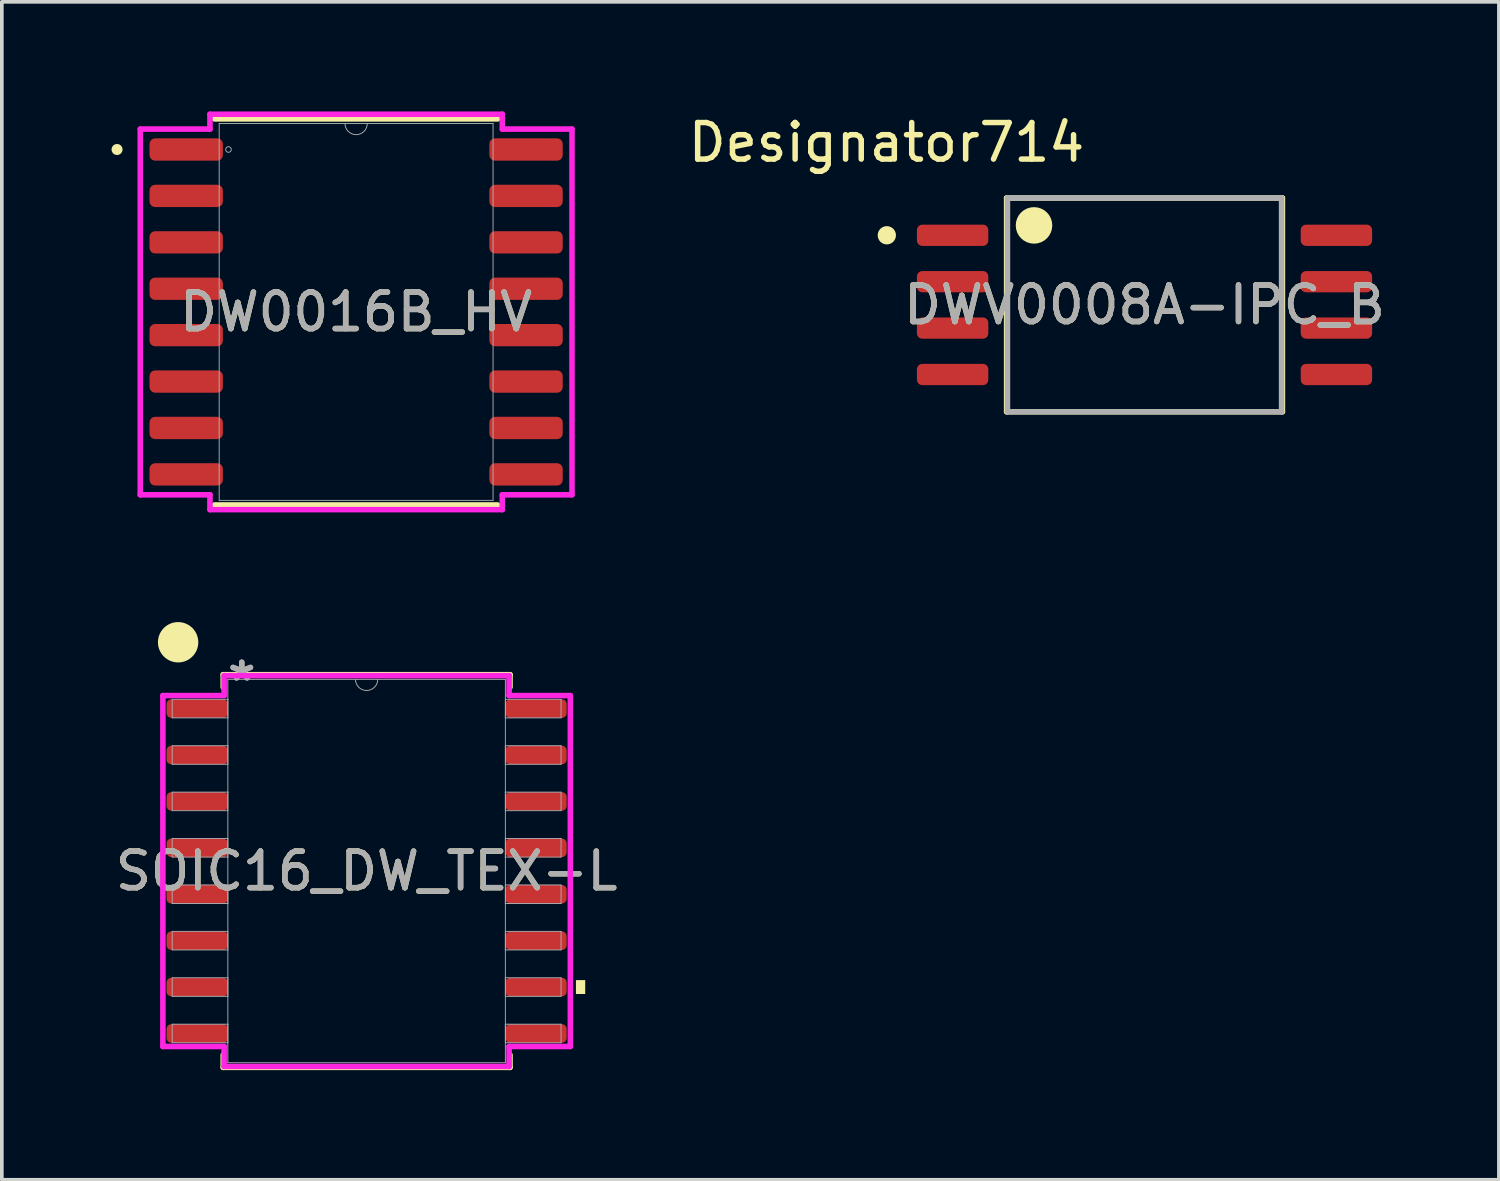
<source format=kicad_pcb>
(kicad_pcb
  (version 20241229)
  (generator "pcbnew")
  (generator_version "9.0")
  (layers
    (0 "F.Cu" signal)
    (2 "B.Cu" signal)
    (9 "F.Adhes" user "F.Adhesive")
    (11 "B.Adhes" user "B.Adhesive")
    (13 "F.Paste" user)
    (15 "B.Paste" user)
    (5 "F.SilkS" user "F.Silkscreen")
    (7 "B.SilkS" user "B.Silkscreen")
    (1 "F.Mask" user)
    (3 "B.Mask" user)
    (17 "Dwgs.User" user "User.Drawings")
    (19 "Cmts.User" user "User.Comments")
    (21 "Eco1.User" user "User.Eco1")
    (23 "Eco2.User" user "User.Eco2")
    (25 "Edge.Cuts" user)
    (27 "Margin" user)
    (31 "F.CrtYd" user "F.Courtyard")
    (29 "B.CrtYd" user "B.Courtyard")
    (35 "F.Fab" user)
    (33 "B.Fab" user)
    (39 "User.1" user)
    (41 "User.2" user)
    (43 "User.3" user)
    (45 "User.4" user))
  (footprint "DW0016B_HV"
    (layer "F.Cu")
    (at 6.695 5.486)
    (property "Reference" "DW0016B_HV" (at 0 0 0) (unlocked yes) (layer "F.SilkS") (effects (font (size 1 1) (thickness 0.15))))
    (attr smd)
    (fp_line (start -3.873 5.283) (end 3.873 5.283) (stroke (width 0.152) (type solid)) (layer "F.SilkS"))
    (fp_line (start 3.873 -5.283) (end -3.873 -5.283) (stroke (width 0.152) (type solid)) (layer "F.SilkS"))
    (fp_circle (center -6.542 -4.445) (end -6.466 -4.445) (stroke (width 0.152) (type solid)) (fill no) (layer "F.SilkS"))
    (fp_line (start -5.907 -5.004) (end -4 -5.004) (stroke (width 0.152) (type solid)) (layer "F.CrtYd"))
    (fp_line (start -5.907 5.004) (end -5.907 -5.004) (stroke (width 0.152) (type solid)) (layer "F.CrtYd"))
    (fp_line (start -5.907 5.004) (end -4 5.004) (stroke (width 0.152) (type solid)) (layer "F.CrtYd"))
    (fp_line (start -4 -5.41) (end 4 -5.41) (stroke (width 0.152) (type solid)) (layer "F.CrtYd"))
    (fp_line (start -4 -5.004) (end -4 -5.41) (stroke (width 0.152) (type solid)) (layer "F.CrtYd"))
    (fp_line (start -4 5.41) (end -4 5.004) (stroke (width 0.152) (type solid)) (layer "F.CrtYd"))
    (fp_line (start 4 -5.41) (end 4 -5.004) (stroke (width 0.152) (type solid)) (layer "F.CrtYd"))
    (fp_line (start 4 5.004) (end 4 5.41) (stroke (width 0.152) (type solid)) (layer "F.CrtYd"))
    (fp_line (start 4 5.41) (end -4 5.41) (stroke (width 0.152) (type solid)) (layer "F.CrtYd"))
    (fp_line (start 5.907 -5.004) (end 4 -5.004) (stroke (width 0.152) (type solid)) (layer "F.CrtYd"))
    (fp_line (start 5.907 -5.004) (end 5.907 5.004) (stroke (width 0.152) (type solid)) (layer "F.CrtYd"))
    (fp_line (start 5.907 5.004) (end 4 5.004) (stroke (width 0.152) (type solid)) (layer "F.CrtYd"))
    (fp_line (start -3.747 -5.156) (end -3.747 5.156) (stroke (width 0.025) (type solid)) (layer "F.Fab"))
    (fp_line (start -3.747 5.156) (end 3.747 5.156) (stroke (width 0.025) (type solid)) (layer "F.Fab"))
    (fp_line (start 3.747 -5.156) (end -3.747 -5.156) (stroke (width 0.025) (type solid)) (layer "F.Fab"))
    (fp_line (start 3.747 5.156) (end 3.747 -5.156) (stroke (width 0.025) (type solid)) (layer "F.Fab"))
    (fp_arc (start 0.3048 -5.1562) (mid 0 -4.8514) (end -0.3048 -5.1562) (stroke (width 0.0254) (type solid)) (layer "F.Fab"))
    (fp_circle (center -3.493 -4.445) (end -3.416 -4.445) (stroke (width 0.025) (type solid)) (fill no) (layer "F.Fab"))
    (fp_text user "${REFERENCE}" (at 0 0 0) (unlocked yes) (layer "F.Fab") (effects (font (size 1 1) (thickness 0.15))))
    (pad "1" smd roundrect (at -4.65 -4.445) (size 2.007 0.61) (layers "F.Cu" "F.Mask" "F.Paste") (roundrect_rratio 0.25))
    (pad "2" smd roundrect (at -4.65 -3.175) (size 2.007 0.61) (layers "F.Cu" "F.Mask" "F.Paste") (roundrect_rratio 0.25))
    (pad "3" smd roundrect (at -4.65 -1.905) (size 2.007 0.61) (layers "F.Cu" "F.Mask" "F.Paste") (roundrect_rratio 0.25))
    (pad "4" smd roundrect (at -4.65 -0.635) (size 2.007 0.61) (layers "F.Cu" "F.Mask" "F.Paste") (roundrect_rratio 0.25))
    (pad "5" smd roundrect (at -4.65 0.635) (size 2.007 0.61) (layers "F.Cu" "F.Mask" "F.Paste") (roundrect_rratio 0.25))
    (pad "6" smd roundrect (at -4.65 1.905) (size 2.007 0.61) (layers "F.Cu" "F.Mask" "F.Paste") (roundrect_rratio 0.25))
    (pad "7" smd roundrect (at -4.65 3.175) (size 2.007 0.61) (layers "F.Cu" "F.Mask" "F.Paste") (roundrect_rratio 0.25))
    (pad "8" smd roundrect (at -4.65 4.445) (size 2.007 0.61) (layers "F.Cu" "F.Mask" "F.Paste") (roundrect_rratio 0.25))
    (pad "9" smd roundrect (at 4.65 4.445) (size 2.007 0.61) (layers "F.Cu" "F.Mask" "F.Paste") (roundrect_rratio 0.25))
    (pad "10" smd roundrect (at 4.65 3.175) (size 2.007 0.61) (layers "F.Cu" "F.Mask" "F.Paste") (roundrect_rratio 0.25))
    (pad "11" smd roundrect (at 4.65 1.905) (size 2.007 0.61) (layers "F.Cu" "F.Mask" "F.Paste") (roundrect_rratio 0.25))
    (pad "12" smd roundrect (at 4.65 0.635) (size 2.007 0.61) (layers "F.Cu" "F.Mask" "F.Paste") (roundrect_rratio 0.25))
    (pad "13" smd roundrect (at 4.65 -0.635) (size 2.007 0.61) (layers "F.Cu" "F.Mask" "F.Paste") (roundrect_rratio 0.25))
    (pad "14" smd roundrect (at 4.65 -1.905) (size 2.007 0.61) (layers "F.Cu" "F.Mask" "F.Paste") (roundrect_rratio 0.25))
    (pad "15" smd roundrect (at 4.65 -3.175) (size 2.007 0.61) (layers "F.Cu" "F.Mask" "F.Paste") (roundrect_rratio 0.25))
    (pad "16" smd roundrect (at 4.65 -4.445) (size 2.007 0.61) (layers "F.Cu" "F.Mask" "F.Paste") (roundrect_rratio 0.25)))
  (footprint "DWV0008A-IPC_B"
    (layer "F.Cu")
    (at 28.269 5.293)
    (property "Reference" "DWV0008A-IPC_B" (at 0 0 0) (unlocked yes) (layer "F.SilkS") (effects (font (size 1 1) (thickness 0.15))))
    (attr smd)
    (fp_line (start -3.774 -2.925) (end 3.774 -2.925) (stroke (width 0.15) (type solid)) (layer "F.SilkS"))
    (fp_line (start -3.774 2.925) (end -3.774 -2.925) (stroke (width 0.15) (type solid)) (layer "F.SilkS"))
    (fp_line (start -3.774 2.925) (end 3.774 2.925) (stroke (width 0.15) (type solid)) (layer "F.SilkS"))
    (fp_line (start 3.774 2.925) (end 3.774 -2.925) (stroke (width 0.15) (type solid)) (layer "F.SilkS"))
    (fp_circle (center -7.052 -1.905) (end -6.927 -1.905) (stroke (width 0.25) (type solid)) (fill no) (layer "F.SilkS"))
    (fp_circle (center -3.024 -2.175) (end -2.774 -2.175) (stroke (width 0.5) (type solid)) (fill no) (layer "F.SilkS"))
    (fp_line (start -3.75 -2.925) (end 3.75 -2.925) (stroke (width 0.15) (type solid)) (layer "F.Fab"))
    (fp_line (start -3.75 2.925) (end -3.75 -2.925) (stroke (width 0.15) (type solid)) (layer "F.Fab"))
    (fp_line (start -3.75 2.925) (end 3.75 2.925) (stroke (width 0.15) (type solid)) (layer "F.Fab"))
    (fp_line (start 3.75 2.925) (end 3.75 -2.925) (stroke (width 0.15) (type solid)) (layer "F.Fab"))
    (fp_text user "Designator714" (at -7.061 -4.445 0) (unlocked yes) (layer "F.SilkS") (effects (font (size 1 1) (thickness 0.15))))
    (fp_text user "${REFERENCE}" (at 0 0 0) (unlocked yes) (layer "F.Fab") (effects (font (size 1 1) (thickness 0.15))))
    (pad "1" smd roundrect (at -5.251 -1.905) (size 1.954 0.582) (layers "F.Cu" "F.Mask" "F.Paste") (roundrect_rratio 0.25))
    (pad "2" smd roundrect (at -5.251 -0.635) (size 1.954 0.582) (layers "F.Cu" "F.Mask" "F.Paste") (roundrect_rratio 0.25))
    (pad "3" smd roundrect (at -5.251 0.635) (size 1.954 0.582) (layers "F.Cu" "F.Mask" "F.Paste") (roundrect_rratio 0.25))
    (pad "4" smd roundrect (at -5.251 1.905) (size 1.954 0.582) (layers "F.Cu" "F.Mask" "F.Paste") (roundrect_rratio 0.25))
    (pad "5" smd roundrect (at 5.251 1.905) (size 1.954 0.582) (layers "F.Cu" "F.Mask" "F.Paste") (roundrect_rratio 0.25))
    (pad "6" smd roundrect (at 5.251 0.635) (size 1.954 0.582) (layers "F.Cu" "F.Mask" "F.Paste") (roundrect_rratio 0.25))
    (pad "7" smd roundrect (at 5.251 -0.635) (size 1.954 0.582) (layers "F.Cu" "F.Mask" "F.Paste") (roundrect_rratio 0.25))
    (pad "8" smd roundrect (at 5.251 -1.905) (size 1.954 0.582) (layers "F.Cu" "F.Mask" "F.Paste") (roundrect_rratio 0.25)))
  (footprint "SOIC16_DW_TEX-L"
    (layer "F.Cu")
    (at 6.982 20.785)
    (property "Reference" "SOIC16_DW_TEX-L" (at 0 0 0) (unlocked yes) (layer "F.SilkS") (effects (font (size 1 1) (thickness 0.15))))
    (attr smd)
    (fp_line (start -3.924 -5.372) (end -3.924 -5.032) (stroke (width 0.152) (type solid)) (layer "F.SilkS"))
    (fp_line (start -3.924 5.032) (end -3.924 5.372) (stroke (width 0.152) (type solid)) (layer "F.SilkS"))
    (fp_line (start -3.924 5.372) (end 3.924 5.372) (stroke (width 0.152) (type solid)) (layer "F.SilkS"))
    (fp_line (start 3.924 -5.372) (end -3.924 -5.372) (stroke (width 0.152) (type solid)) (layer "F.SilkS"))
    (fp_line (start 3.924 -5.032) (end 3.924 -5.372) (stroke (width 0.152) (type solid)) (layer "F.SilkS"))
    (fp_line (start 3.924 5.372) (end 3.924 5.032) (stroke (width 0.152) (type solid)) (layer "F.SilkS"))
    (fp_circle (center -5.158 -6.26) (end -4.748 -6.55) (stroke (width 0.1) (type solid)) (fill yes) (layer "F.SilkS"))
    (fp_poly (pts (xy 5.982 2.985) (xy 5.982 3.365) (xy 5.728 3.365) (xy 5.728 2.985)) (stroke (width 0) (type solid)) (fill yes) (layer "F.SilkS"))
    (fp_line (start -5.575 -4.801) (end -3.899 -4.801) (stroke (width 0.152) (type solid)) (layer "F.CrtYd"))
    (fp_line (start -5.575 4.801) (end -5.575 -4.801) (stroke (width 0.152) (type solid)) (layer "F.CrtYd"))
    (fp_line (start -5.575 4.801) (end -3.899 4.801) (stroke (width 0.152) (type solid)) (layer "F.CrtYd"))
    (fp_line (start -3.899 -5.347) (end 3.899 -5.347) (stroke (width 0.152) (type solid)) (layer "F.CrtYd"))
    (fp_line (start -3.899 -4.801) (end -3.899 -5.347) (stroke (width 0.152) (type solid)) (layer "F.CrtYd"))
    (fp_line (start -3.899 5.347) (end -3.899 4.801) (stroke (width 0.152) (type solid)) (layer "F.CrtYd"))
    (fp_line (start 3.899 -5.347) (end 3.899 -4.801) (stroke (width 0.152) (type solid)) (layer "F.CrtYd"))
    (fp_line (start 3.899 4.801) (end 3.899 5.347) (stroke (width 0.152) (type solid)) (layer "F.CrtYd"))
    (fp_line (start 3.899 5.347) (end -3.899 5.347) (stroke (width 0.152) (type solid)) (layer "F.CrtYd"))
    (fp_line (start 5.575 -4.801) (end 3.899 -4.801) (stroke (width 0.152) (type solid)) (layer "F.CrtYd"))
    (fp_line (start 5.575 -4.801) (end 5.575 4.801) (stroke (width 0.152) (type solid)) (layer "F.CrtYd"))
    (fp_line (start 5.575 4.801) (end 3.899 4.801) (stroke (width 0.152) (type solid)) (layer "F.CrtYd"))
    (fp_line (start -5.321 -4.699) (end -5.321 -4.191) (stroke (width 0.025) (type solid)) (layer "F.Fab"))
    (fp_line (start -5.321 -4.191) (end -3.797 -4.191) (stroke (width 0.025) (type solid)) (layer "F.Fab"))
    (fp_line (start -5.321 -3.429) (end -5.321 -2.921) (stroke (width 0.025) (type solid)) (layer "F.Fab"))
    (fp_line (start -5.321 -2.921) (end -3.797 -2.921) (stroke (width 0.025) (type solid)) (layer "F.Fab"))
    (fp_line (start -5.321 -2.159) (end -5.321 -1.651) (stroke (width 0.025) (type solid)) (layer "F.Fab"))
    (fp_line (start -5.321 -1.651) (end -3.797 -1.651) (stroke (width 0.025) (type solid)) (layer "F.Fab"))
    (fp_line (start -5.321 -0.889) (end -5.321 -0.381) (stroke (width 0.025) (type solid)) (layer "F.Fab"))
    (fp_line (start -5.321 -0.381) (end -3.797 -0.381) (stroke (width 0.025) (type solid)) (layer "F.Fab"))
    (fp_line (start -5.321 0.381) (end -5.321 0.889) (stroke (width 0.025) (type solid)) (layer "F.Fab"))
    (fp_line (start -5.321 0.889) (end -3.797 0.889) (stroke (width 0.025) (type solid)) (layer "F.Fab"))
    (fp_line (start -5.321 1.651) (end -5.321 2.159) (stroke (width 0.025) (type solid)) (layer "F.Fab"))
    (fp_line (start -5.321 2.159) (end -3.797 2.159) (stroke (width 0.025) (type solid)) (layer "F.Fab"))
    (fp_line (start -5.321 2.921) (end -5.321 3.429) (stroke (width 0.025) (type solid)) (layer "F.Fab"))
    (fp_line (start -5.321 3.429) (end -3.797 3.429) (stroke (width 0.025) (type solid)) (layer "F.Fab"))
    (fp_line (start -5.321 4.191) (end -5.321 4.699) (stroke (width 0.025) (type solid)) (layer "F.Fab"))
    (fp_line (start -5.321 4.699) (end -3.797 4.699) (stroke (width 0.025) (type solid)) (layer "F.Fab"))
    (fp_line (start -3.797 -5.245) (end -3.797 5.245) (stroke (width 0.025) (type solid)) (layer "F.Fab"))
    (fp_line (start -3.797 -4.699) (end -5.321 -4.699) (stroke (width 0.025) (type solid)) (layer "F.Fab"))
    (fp_line (start -3.797 -4.191) (end -3.797 -4.699) (stroke (width 0.025) (type solid)) (layer "F.Fab"))
    (fp_line (start -3.797 -3.429) (end -5.321 -3.429) (stroke (width 0.025) (type solid)) (layer "F.Fab"))
    (fp_line (start -3.797 -2.921) (end -3.797 -3.429) (stroke (width 0.025) (type solid)) (layer "F.Fab"))
    (fp_line (start -3.797 -2.159) (end -5.321 -2.159) (stroke (width 0.025) (type solid)) (layer "F.Fab"))
    (fp_line (start -3.797 -1.651) (end -3.797 -2.159) (stroke (width 0.025) (type solid)) (layer "F.Fab"))
    (fp_line (start -3.797 -0.889) (end -5.321 -0.889) (stroke (width 0.025) (type solid)) (layer "F.Fab"))
    (fp_line (start -3.797 -0.381) (end -3.797 -0.889) (stroke (width 0.025) (type solid)) (layer "F.Fab"))
    (fp_line (start -3.797 0.381) (end -5.321 0.381) (stroke (width 0.025) (type solid)) (layer "F.Fab"))
    (fp_line (start -3.797 0.889) (end -3.797 0.381) (stroke (width 0.025) (type solid)) (layer "F.Fab"))
    (fp_line (start -3.797 1.651) (end -5.321 1.651) (stroke (width 0.025) (type solid)) (layer "F.Fab"))
    (fp_line (start -3.797 2.159) (end -3.797 1.651) (stroke (width 0.025) (type solid)) (layer "F.Fab"))
    (fp_line (start -3.797 2.921) (end -5.321 2.921) (stroke (width 0.025) (type solid)) (layer "F.Fab"))
    (fp_line (start -3.797 3.429) (end -3.797 2.921) (stroke (width 0.025) (type solid)) (layer "F.Fab"))
    (fp_line (start -3.797 4.191) (end -5.321 4.191) (stroke (width 0.025) (type solid)) (layer "F.Fab"))
    (fp_line (start -3.797 4.699) (end -3.797 4.191) (stroke (width 0.025) (type solid)) (layer "F.Fab"))
    (fp_line (start -3.797 5.245) (end 3.797 5.245) (stroke (width 0.025) (type solid)) (layer "F.Fab"))
    (fp_line (start 3.797 -5.245) (end -3.797 -5.245) (stroke (width 0.025) (type solid)) (layer "F.Fab"))
    (fp_line (start 3.797 -4.699) (end 3.797 -4.191) (stroke (width 0.025) (type solid)) (layer "F.Fab"))
    (fp_line (start 3.797 -4.191) (end 5.321 -4.191) (stroke (width 0.025) (type solid)) (layer "F.Fab"))
    (fp_line (start 3.797 -3.429) (end 3.797 -2.921) (stroke (width 0.025) (type solid)) (layer "F.Fab"))
    (fp_line (start 3.797 -2.921) (end 5.321 -2.921) (stroke (width 0.025) (type solid)) (layer "F.Fab"))
    (fp_line (start 3.797 -2.159) (end 3.797 -1.651) (stroke (width 0.025) (type solid)) (layer "F.Fab"))
    (fp_line (start 3.797 -1.651) (end 5.321 -1.651) (stroke (width 0.025) (type solid)) (layer "F.Fab"))
    (fp_line (start 3.797 -0.889) (end 3.797 -0.381) (stroke (width 0.025) (type solid)) (layer "F.Fab"))
    (fp_line (start 3.797 -0.381) (end 5.321 -0.381) (stroke (width 0.025) (type solid)) (layer "F.Fab"))
    (fp_line (start 3.797 0.381) (end 3.797 0.889) (stroke (width 0.025) (type solid)) (layer "F.Fab"))
    (fp_line (start 3.797 0.889) (end 5.321 0.889) (stroke (width 0.025) (type solid)) (layer "F.Fab"))
    (fp_line (start 3.797 1.651) (end 3.797 2.159) (stroke (width 0.025) (type solid)) (layer "F.Fab"))
    (fp_line (start 3.797 2.159) (end 5.321 2.159) (stroke (width 0.025) (type solid)) (layer "F.Fab"))
    (fp_line (start 3.797 2.921) (end 3.797 3.429) (stroke (width 0.025) (type solid)) (layer "F.Fab"))
    (fp_line (start 3.797 3.429) (end 5.321 3.429) (stroke (width 0.025) (type solid)) (layer "F.Fab"))
    (fp_line (start 3.797 4.191) (end 3.797 4.699) (stroke (width 0.025) (type solid)) (layer "F.Fab"))
    (fp_line (start 3.797 4.699) (end 5.321 4.699) (stroke (width 0.025) (type solid)) (layer "F.Fab"))
    (fp_line (start 3.797 5.245) (end 3.797 -5.245) (stroke (width 0.025) (type solid)) (layer "F.Fab"))
    (fp_line (start 5.321 -4.699) (end 3.797 -4.699) (stroke (width 0.025) (type solid)) (layer "F.Fab"))
    (fp_line (start 5.321 -4.191) (end 5.321 -4.699) (stroke (width 0.025) (type solid)) (layer "F.Fab"))
    (fp_line (start 5.321 -3.429) (end 3.797 -3.429) (stroke (width 0.025) (type solid)) (layer "F.Fab"))
    (fp_line (start 5.321 -2.921) (end 5.321 -3.429) (stroke (width 0.025) (type solid)) (layer "F.Fab"))
    (fp_line (start 5.321 -2.159) (end 3.797 -2.159) (stroke (width 0.025) (type solid)) (layer "F.Fab"))
    (fp_line (start 5.321 -1.651) (end 5.321 -2.159) (stroke (width 0.025) (type solid)) (layer "F.Fab"))
    (fp_line (start 5.321 -0.889) (end 3.797 -0.889) (stroke (width 0.025) (type solid)) (layer "F.Fab"))
    (fp_line (start 5.321 -0.381) (end 5.321 -0.889) (stroke (width 0.025) (type solid)) (layer "F.Fab"))
    (fp_line (start 5.321 0.381) (end 3.797 0.381) (stroke (width 0.025) (type solid)) (layer "F.Fab"))
    (fp_line (start 5.321 0.889) (end 5.321 0.381) (stroke (width 0.025) (type solid)) (layer "F.Fab"))
    (fp_line (start 5.321 1.651) (end 3.797 1.651) (stroke (width 0.025) (type solid)) (layer "F.Fab"))
    (fp_line (start 5.321 2.159) (end 5.321 1.651) (stroke (width 0.025) (type solid)) (layer "F.Fab"))
    (fp_line (start 5.321 2.921) (end 3.797 2.921) (stroke (width 0.025) (type solid)) (layer "F.Fab"))
    (fp_line (start 5.321 3.429) (end 5.321 2.921) (stroke (width 0.025) (type solid)) (layer "F.Fab"))
    (fp_line (start 5.321 4.191) (end 3.797 4.191) (stroke (width 0.025) (type solid)) (layer "F.Fab"))
    (fp_line (start 5.321 4.699) (end 5.321 4.191) (stroke (width 0.025) (type solid)) (layer "F.Fab"))
    (fp_arc (start 0.3048 -5.2451) (mid 0 -4.9403) (end -0.3048 -5.2451) (stroke (width 0.0254) (type solid)) (layer "F.Fab"))
    (fp_text user "*" (at -3.416 -5.169 0) (unlocked yes) (layer "F.Fab") (effects (font (size 1 1) (thickness 0.15))))
    (fp_text user "*" (at -3.416 -5.169 0) (layer "F.Fab") (effects (font (size 1 1) (thickness 0.15))))
    (fp_text user "${REFERENCE}" (at 0 0 0) (unlocked yes) (layer "F.Fab") (effects (font (size 1 1) (thickness 0.15))))
    (pad "1" smd roundrect (at -4.636 -4.445) (size 1.676 0.508) (layers "F.Cu" "F.Mask" "F.Paste") (roundrect_rratio 0.25))
    (pad "2" smd roundrect (at -4.636 -3.175) (size 1.676 0.508) (layers "F.Cu" "F.Mask" "F.Paste") (roundrect_rratio 0.25))
    (pad "3" smd roundrect (at -4.636 -1.905) (size 1.676 0.508) (layers "F.Cu" "F.Mask" "F.Paste") (roundrect_rratio 0.25))
    (pad "4" smd roundrect (at -4.636 -0.635) (size 1.676 0.508) (layers "F.Cu" "F.Mask" "F.Paste") (roundrect_rratio 0.25))
    (pad "5" smd roundrect (at -4.636 0.635) (size 1.676 0.508) (layers "F.Cu" "F.Mask" "F.Paste") (roundrect_rratio 0.25))
    (pad "6" smd roundrect (at -4.636 1.905) (size 1.676 0.508) (layers "F.Cu" "F.Mask" "F.Paste") (roundrect_rratio 0.25))
    (pad "7" smd roundrect (at -4.636 3.175) (size 1.676 0.508) (layers "F.Cu" "F.Mask" "F.Paste") (roundrect_rratio 0.25))
    (pad "8" smd roundrect (at -4.636 4.445) (size 1.676 0.508) (layers "F.Cu" "F.Mask" "F.Paste") (roundrect_rratio 0.25))
    (pad "9" smd roundrect (at 4.636 4.445) (size 1.676 0.508) (layers "F.Cu" "F.Mask" "F.Paste") (roundrect_rratio 0.25))
    (pad "10" smd roundrect (at 4.636 3.175) (size 1.676 0.508) (layers "F.Cu" "F.Mask" "F.Paste") (roundrect_rratio 0.25))
    (pad "11" smd roundrect (at 4.636 1.905) (size 1.676 0.508) (layers "F.Cu" "F.Mask" "F.Paste") (roundrect_rratio 0.25))
    (pad "12" smd roundrect (at 4.636 0.635) (size 1.676 0.508) (layers "F.Cu" "F.Mask" "F.Paste") (roundrect_rratio 0.25))
    (pad "13" smd roundrect (at 4.636 -0.635) (size 1.676 0.508) (layers "F.Cu" "F.Mask" "F.Paste") (roundrect_rratio 0.25))
    (pad "14" smd roundrect (at 4.636 -1.905) (size 1.676 0.508) (layers "F.Cu" "F.Mask" "F.Paste") (roundrect_rratio 0.25))
    (pad "15" smd roundrect (at 4.636 -3.175) (size 1.676 0.508) (layers "F.Cu" "F.Mask" "F.Paste") (roundrect_rratio 0.25))
    (pad "16" smd roundrect (at 4.636 -4.445) (size 1.676 0.508) (layers "F.Cu" "F.Mask" "F.Paste") (roundrect_rratio 0.25)))
  (gr_rect
    (start -3 -3)
    (end 37.966 29.233)
    (stroke (width 0.1) (type default))
    (fill no)
    (layer "Edge.Cuts")))
</source>
